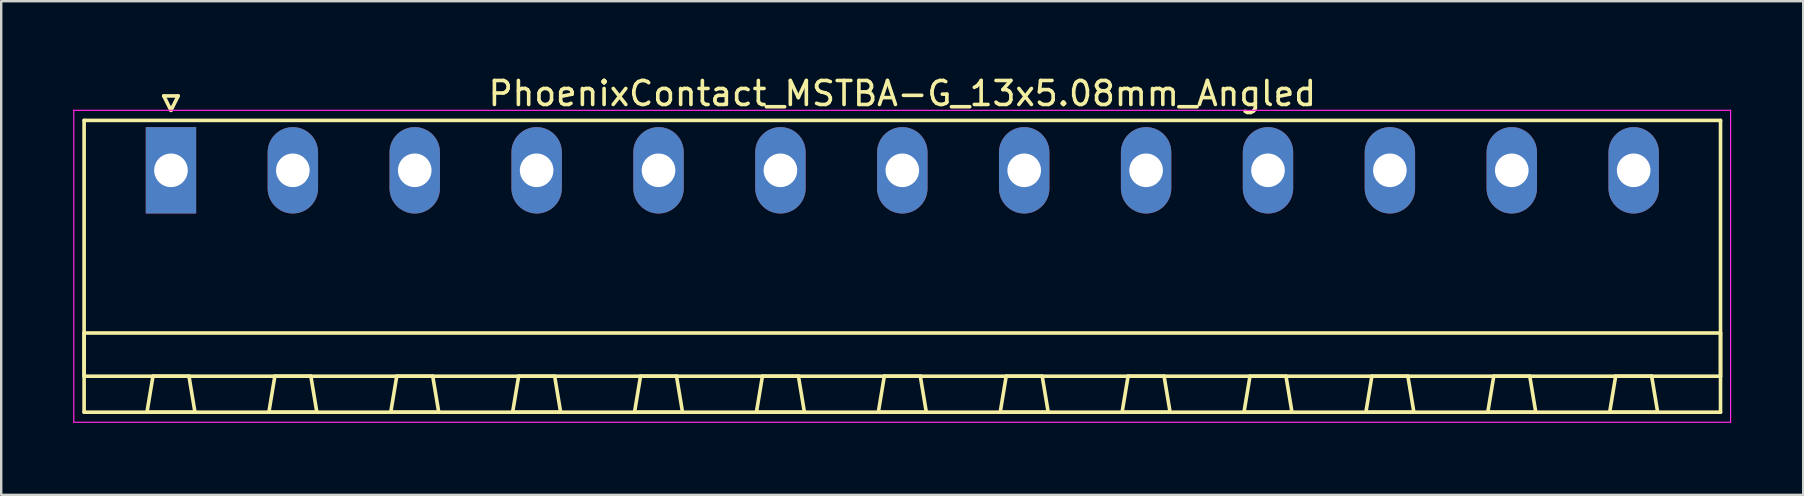
<source format=kicad_pcb>
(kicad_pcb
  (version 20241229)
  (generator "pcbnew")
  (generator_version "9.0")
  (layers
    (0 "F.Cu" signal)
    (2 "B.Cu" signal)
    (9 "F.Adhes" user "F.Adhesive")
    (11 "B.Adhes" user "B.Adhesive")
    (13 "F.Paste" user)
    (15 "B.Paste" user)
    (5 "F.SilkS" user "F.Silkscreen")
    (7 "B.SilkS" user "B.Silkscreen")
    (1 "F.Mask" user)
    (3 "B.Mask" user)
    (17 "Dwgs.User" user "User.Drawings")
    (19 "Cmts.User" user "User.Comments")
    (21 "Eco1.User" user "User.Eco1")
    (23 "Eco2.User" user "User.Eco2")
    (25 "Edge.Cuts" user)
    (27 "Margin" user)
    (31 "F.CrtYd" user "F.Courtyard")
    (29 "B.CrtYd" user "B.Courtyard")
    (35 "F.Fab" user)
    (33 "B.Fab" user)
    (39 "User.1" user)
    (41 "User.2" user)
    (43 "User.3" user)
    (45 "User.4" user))
  (footprint "PhoenixContact_MSTBA-G_13x5.08mm_Angled"
    (layer "F.Cu")
    (at 4.075 4.048)
    (property "Reference" "PhoenixContact_MSTBA-G_13x5.08mm_Angled" (at 30.48 -3.2 0) (layer "F.SilkS") (effects (font (size 1 1) (thickness 0.15))))
    (attr through_hole)
    (fp_line (start -3.62 -2.08) (end -3.62 10.08) (stroke (width 0.15) (type solid)) (layer "F.SilkS"))
    (fp_line (start -3.62 6.78) (end 64.58 6.78) (stroke (width 0.15) (type solid)) (layer "F.SilkS"))
    (fp_line (start -3.62 8.58) (end -3.62 6.78) (stroke (width 0.15) (type solid)) (layer "F.SilkS"))
    (fp_line (start -3.62 10.08) (end 64.58 10.08) (stroke (width 0.15) (type solid)) (layer "F.SilkS"))
    (fp_line (start -1 10.08) (end 1 10.08) (stroke (width 0.15) (type solid)) (layer "F.SilkS"))
    (fp_line (start -0.75 8.58) (end -1 10.08) (stroke (width 0.15) (type solid)) (layer "F.SilkS"))
    (fp_line (start -0.3 -3.1) (end 0 -2.5) (stroke (width 0.15) (type solid)) (layer "F.SilkS"))
    (fp_line (start 0 -2.5) (end 0.3 -3.1) (stroke (width 0.15) (type solid)) (layer "F.SilkS"))
    (fp_line (start 0.3 -3.1) (end -0.3 -3.1) (stroke (width 0.15) (type solid)) (layer "F.SilkS"))
    (fp_line (start 0.75 8.58) (end -0.75 8.58) (stroke (width 0.15) (type solid)) (layer "F.SilkS"))
    (fp_line (start 1 10.08) (end 0.75 8.58) (stroke (width 0.15) (type solid)) (layer "F.SilkS"))
    (fp_line (start 4.08 10.08) (end 6.08 10.08) (stroke (width 0.15) (type solid)) (layer "F.SilkS"))
    (fp_line (start 4.33 8.58) (end 4.08 10.08) (stroke (width 0.15) (type solid)) (layer "F.SilkS"))
    (fp_line (start 5.83 8.58) (end 4.33 8.58) (stroke (width 0.15) (type solid)) (layer "F.SilkS"))
    (fp_line (start 6.08 10.08) (end 5.83 8.58) (stroke (width 0.15) (type solid)) (layer "F.SilkS"))
    (fp_line (start 9.16 10.08) (end 11.16 10.08) (stroke (width 0.15) (type solid)) (layer "F.SilkS"))
    (fp_line (start 9.41 8.58) (end 9.16 10.08) (stroke (width 0.15) (type solid)) (layer "F.SilkS"))
    (fp_line (start 10.91 8.58) (end 9.41 8.58) (stroke (width 0.15) (type solid)) (layer "F.SilkS"))
    (fp_line (start 11.16 10.08) (end 10.91 8.58) (stroke (width 0.15) (type solid)) (layer "F.SilkS"))
    (fp_line (start 14.24 10.08) (end 16.24 10.08) (stroke (width 0.15) (type solid)) (layer "F.SilkS"))
    (fp_line (start 14.49 8.58) (end 14.24 10.08) (stroke (width 0.15) (type solid)) (layer "F.SilkS"))
    (fp_line (start 15.99 8.58) (end 14.49 8.58) (stroke (width 0.15) (type solid)) (layer "F.SilkS"))
    (fp_line (start 16.24 10.08) (end 15.99 8.58) (stroke (width 0.15) (type solid)) (layer "F.SilkS"))
    (fp_line (start 19.32 10.08) (end 21.32 10.08) (stroke (width 0.15) (type solid)) (layer "F.SilkS"))
    (fp_line (start 19.57 8.58) (end 19.32 10.08) (stroke (width 0.15) (type solid)) (layer "F.SilkS"))
    (fp_line (start 21.07 8.58) (end 19.57 8.58) (stroke (width 0.15) (type solid)) (layer "F.SilkS"))
    (fp_line (start 21.32 10.08) (end 21.07 8.58) (stroke (width 0.15) (type solid)) (layer "F.SilkS"))
    (fp_line (start 24.4 10.08) (end 26.4 10.08) (stroke (width 0.15) (type solid)) (layer "F.SilkS"))
    (fp_line (start 24.65 8.58) (end 24.4 10.08) (stroke (width 0.15) (type solid)) (layer "F.SilkS"))
    (fp_line (start 26.15 8.58) (end 24.65 8.58) (stroke (width 0.15) (type solid)) (layer "F.SilkS"))
    (fp_line (start 26.4 10.08) (end 26.15 8.58) (stroke (width 0.15) (type solid)) (layer "F.SilkS"))
    (fp_line (start 29.48 10.08) (end 31.48 10.08) (stroke (width 0.15) (type solid)) (layer "F.SilkS"))
    (fp_line (start 29.73 8.58) (end 29.48 10.08) (stroke (width 0.15) (type solid)) (layer "F.SilkS"))
    (fp_line (start 31.23 8.58) (end 29.73 8.58) (stroke (width 0.15) (type solid)) (layer "F.SilkS"))
    (fp_line (start 31.48 10.08) (end 31.23 8.58) (stroke (width 0.15) (type solid)) (layer "F.SilkS"))
    (fp_line (start 34.56 10.08) (end 36.56 10.08) (stroke (width 0.15) (type solid)) (layer "F.SilkS"))
    (fp_line (start 34.81 8.58) (end 34.56 10.08) (stroke (width 0.15) (type solid)) (layer "F.SilkS"))
    (fp_line (start 36.31 8.58) (end 34.81 8.58) (stroke (width 0.15) (type solid)) (layer "F.SilkS"))
    (fp_line (start 36.56 10.08) (end 36.31 8.58) (stroke (width 0.15) (type solid)) (layer "F.SilkS"))
    (fp_line (start 39.64 10.08) (end 41.64 10.08) (stroke (width 0.15) (type solid)) (layer "F.SilkS"))
    (fp_line (start 39.89 8.58) (end 39.64 10.08) (stroke (width 0.15) (type solid)) (layer "F.SilkS"))
    (fp_line (start 41.39 8.58) (end 39.89 8.58) (stroke (width 0.15) (type solid)) (layer "F.SilkS"))
    (fp_line (start 41.64 10.08) (end 41.39 8.58) (stroke (width 0.15) (type solid)) (layer "F.SilkS"))
    (fp_line (start 44.72 10.08) (end 46.72 10.08) (stroke (width 0.15) (type solid)) (layer "F.SilkS"))
    (fp_line (start 44.97 8.58) (end 44.72 10.08) (stroke (width 0.15) (type solid)) (layer "F.SilkS"))
    (fp_line (start 46.47 8.58) (end 44.97 8.58) (stroke (width 0.15) (type solid)) (layer "F.SilkS"))
    (fp_line (start 46.72 10.08) (end 46.47 8.58) (stroke (width 0.15) (type solid)) (layer "F.SilkS"))
    (fp_line (start 49.8 10.08) (end 51.8 10.08) (stroke (width 0.15) (type solid)) (layer "F.SilkS"))
    (fp_line (start 50.05 8.58) (end 49.8 10.08) (stroke (width 0.15) (type solid)) (layer "F.SilkS"))
    (fp_line (start 51.55 8.58) (end 50.05 8.58) (stroke (width 0.15) (type solid)) (layer "F.SilkS"))
    (fp_line (start 51.8 10.08) (end 51.55 8.58) (stroke (width 0.15) (type solid)) (layer "F.SilkS"))
    (fp_line (start 54.88 10.08) (end 56.88 10.08) (stroke (width 0.15) (type solid)) (layer "F.SilkS"))
    (fp_line (start 55.13 8.58) (end 54.88 10.08) (stroke (width 0.15) (type solid)) (layer "F.SilkS"))
    (fp_line (start 56.63 8.58) (end 55.13 8.58) (stroke (width 0.15) (type solid)) (layer "F.SilkS"))
    (fp_line (start 56.88 10.08) (end 56.63 8.58) (stroke (width 0.15) (type solid)) (layer "F.SilkS"))
    (fp_line (start 59.96 10.08) (end 61.96 10.08) (stroke (width 0.15) (type solid)) (layer "F.SilkS"))
    (fp_line (start 60.21 8.58) (end 59.96 10.08) (stroke (width 0.15) (type solid)) (layer "F.SilkS"))
    (fp_line (start 61.71 8.58) (end 60.21 8.58) (stroke (width 0.15) (type solid)) (layer "F.SilkS"))
    (fp_line (start 61.96 10.08) (end 61.71 8.58) (stroke (width 0.15) (type solid)) (layer "F.SilkS"))
    (fp_line (start 64.58 -2.08) (end -3.62 -2.08) (stroke (width 0.15) (type solid)) (layer "F.SilkS"))
    (fp_line (start 64.58 6.78) (end 64.58 8.58) (stroke (width 0.15) (type solid)) (layer "F.SilkS"))
    (fp_line (start 64.58 8.58) (end -3.62 8.58) (stroke (width 0.15) (type solid)) (layer "F.SilkS"))
    (fp_line (start 64.58 10.08) (end 64.58 -2.08) (stroke (width 0.15) (type solid)) (layer "F.SilkS"))
    (fp_line (start -4.05 -2.5) (end -4.05 10.5) (stroke (width 0.05) (type solid)) (layer "F.CrtYd"))
    (fp_line (start -4.05 10.5) (end 65 10.5) (stroke (width 0.05) (type solid)) (layer "F.CrtYd"))
    (fp_line (start 65 -2.5) (end -4.05 -2.5) (stroke (width 0.05) (type solid)) (layer "F.CrtYd"))
    (fp_line (start 65 10.5) (end 65 -2.5) (stroke (width 0.05) (type solid)) (layer "F.CrtYd"))
    (pad "1" thru_hole rect (at 0 0) (size 2.1 3.6) (drill 1.4) (layers "*.Cu" "*.Mask"))
    (pad "2" thru_hole oval (at 5.08 0) (size 2.1 3.6) (drill 1.4) (layers "*.Cu" "*.Mask"))
    (pad "3" thru_hole oval (at 10.16 0) (size 2.1 3.6) (drill 1.4) (layers "*.Cu" "*.Mask"))
    (pad "4" thru_hole oval (at 15.24 0) (size 2.1 3.6) (drill 1.4) (layers "*.Cu" "*.Mask"))
    (pad "5" thru_hole oval (at 20.32 0) (size 2.1 3.6) (drill 1.4) (layers "*.Cu" "*.Mask"))
    (pad "6" thru_hole oval (at 25.4 0) (size 2.1 3.6) (drill 1.4) (layers "*.Cu" "*.Mask"))
    (pad "7" thru_hole oval (at 30.48 0) (size 2.1 3.6) (drill 1.4) (layers "*.Cu" "*.Mask"))
    (pad "8" thru_hole oval (at 35.56 0) (size 2.1 3.6) (drill 1.4) (layers "*.Cu" "*.Mask"))
    (pad "9" thru_hole oval (at 40.64 0) (size 2.1 3.6) (drill 1.4) (layers "*.Cu" "*.Mask"))
    (pad "10" thru_hole oval (at 45.72 0) (size 2.1 3.6) (drill 1.4) (layers "*.Cu" "*.Mask"))
    (pad "11" thru_hole oval (at 50.8 0) (size 2.1 3.6) (drill 1.4) (layers "*.Cu" "*.Mask"))
    (pad "12" thru_hole oval (at 55.88 0) (size 2.1 3.6) (drill 1.4) (layers "*.Cu" "*.Mask"))
    (pad "13" thru_hole oval (at 60.96 0) (size 2.1 3.6) (drill 1.4) (layers "*.Cu" "*.Mask")))
  (gr_rect
    (start -3 -3)
    (end 72.1 17.573)
    (stroke (width 0.1) (type default))
    (fill no)
    (layer "Edge.Cuts")))
</source>
